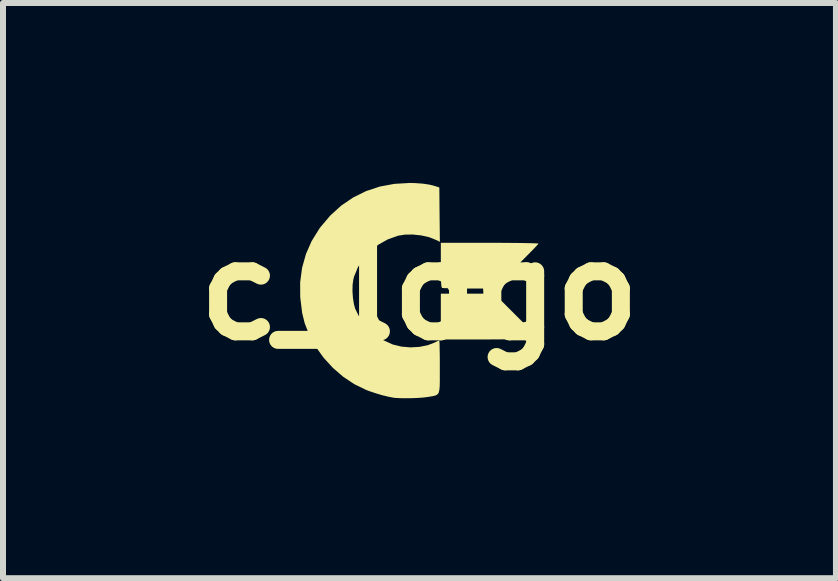
<source format=kicad_pcb>
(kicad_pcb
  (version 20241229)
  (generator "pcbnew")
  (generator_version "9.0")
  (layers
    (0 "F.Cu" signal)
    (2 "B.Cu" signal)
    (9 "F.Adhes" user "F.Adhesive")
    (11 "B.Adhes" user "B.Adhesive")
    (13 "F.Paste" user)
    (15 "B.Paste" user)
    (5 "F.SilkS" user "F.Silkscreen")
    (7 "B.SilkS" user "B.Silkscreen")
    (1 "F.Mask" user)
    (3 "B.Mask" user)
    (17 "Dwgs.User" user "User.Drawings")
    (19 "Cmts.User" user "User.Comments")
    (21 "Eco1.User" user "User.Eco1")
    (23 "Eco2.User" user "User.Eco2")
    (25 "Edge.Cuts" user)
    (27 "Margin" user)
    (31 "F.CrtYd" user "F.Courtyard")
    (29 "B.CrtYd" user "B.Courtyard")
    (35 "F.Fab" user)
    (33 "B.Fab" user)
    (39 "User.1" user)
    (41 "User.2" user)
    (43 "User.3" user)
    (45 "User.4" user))
  (footprint "c_logo"
    (layer "F.Cu")
    (at 3.943 1.795)
    (property "Reference" "c_logo" (at 0 0 0) (layer "F.SilkS") (effects (font (size 1.5 1.5) (thickness 0.3))))
    (attr board_only exclude_from_pos_files exclude_from_bom)
    (fp_poly (pts (xy 1.617 0.421) (xy 1.987 0.792) (xy 1.881 0.803) (xy 1.841 0.805) (xy 1.772 0.807) (xy 1.677 0.809) (xy 1.561 0.811) (xy 1.428 0.812) (xy 1.282 0.813) (xy 1.127 0.814) (xy 1.066 0.814) (xy 0.356 0.814) (xy 0.356 0.432) (xy 0.356 0.051) (xy 0.801 0.051) (xy 1.247 0.051)) (stroke (width 0) (type solid)) (fill yes) (layer "F.SilkS"))
    (fp_poly (pts (xy 1.332 -0.797) (xy 1.484 -0.796) (xy 1.622 -0.795) (xy 1.742 -0.793) (xy 1.842 -0.791) (xy 1.917 -0.789) (xy 1.966 -0.787) (xy 1.984 -0.784) (xy 1.984 -0.784) (xy 1.972 -0.769) (xy 1.94 -0.734) (xy 1.889 -0.68) (xy 1.822 -0.612) (xy 1.743 -0.532) (xy 1.655 -0.443) (xy 1.615 -0.403) (xy 1.246 -0.034) (xy 0.822 -0.035) (xy 0.705 -0.036) (xy 0.598 -0.037) (xy 0.507 -0.039) (xy 0.437 -0.041) (xy 0.392 -0.043) (xy 0.377 -0.045) (xy 0.37 -0.057) (xy 0.364 -0.087) (xy 0.36 -0.139) (xy 0.358 -0.216) (xy 0.356 -0.321) (xy 0.356 -0.425) (xy 0.356 -0.797) (xy 1.17 -0.797)) (stroke (width 0) (type solid)) (fill yes) (layer "F.SilkS"))
    (fp_poly (pts (xy -0.079 -1.793) (xy 0.052 -1.784) (xy 0.16 -1.768) (xy 0.229 -1.752) (xy 0.331 -1.72) (xy 0.335 -1.266) (xy 0.34 -0.813) (xy 0.276 -0.845) (xy 0.163 -0.89) (xy 0.032 -0.92) (xy -0.107 -0.935) (xy -0.241 -0.934) (xy -0.359 -0.915) (xy -0.359 -0.915) (xy -0.529 -0.854) (xy -0.684 -0.767) (xy -0.821 -0.658) (xy -0.937 -0.53) (xy -1.028 -0.387) (xy -1.091 -0.232) (xy -1.102 -0.189) (xy -1.115 -0.098) (xy -1.117 0.011) (xy -1.109 0.124) (xy -1.092 0.229) (xy -1.071 0.304) (xy -0.995 0.456) (xy -0.89 0.596) (xy -0.763 0.719) (xy -0.617 0.819) (xy -0.458 0.893) (xy -0.441 0.899) (xy -0.302 0.933) (xy -0.153 0.946) (xy -0.003 0.938) (xy 0.137 0.91) (xy 0.254 0.865) (xy 0.296 0.844) (xy 0.325 0.832) (xy 0.33 0.831) (xy 0.332 0.847) (xy 0.335 0.893) (xy 0.336 0.963) (xy 0.338 1.055) (xy 0.339 1.162) (xy 0.339 1.271) (xy 0.339 1.409) (xy 0.339 1.517) (xy 0.337 1.598) (xy 0.331 1.658) (xy 0.321 1.7) (xy 0.303 1.727) (xy 0.277 1.744) (xy 0.241 1.755) (xy 0.193 1.764) (xy 0.138 1.773) (xy 0.065 1.782) (xy -0.031 1.789) (xy -0.138 1.793) (xy -0.246 1.794) (xy -0.344 1.792) (xy -0.421 1.787) (xy -0.432 1.785) (xy -0.516 1.769) (xy -0.619 1.744) (xy -0.729 1.711) (xy -0.835 1.676) (xy -0.892 1.654) (xy -1.089 1.558) (xy -1.274 1.434) (xy -1.444 1.287) (xy -1.597 1.12) (xy -1.728 0.938) (xy -1.835 0.744) (xy -1.914 0.542) (xy -1.956 0.371) (xy -1.988 0.109) (xy -1.989 -0.141) (xy -1.957 -0.381) (xy -1.893 -0.609) (xy -1.798 -0.826) (xy -1.67 -1.032) (xy -1.649 -1.061) (xy -1.485 -1.254) (xy -1.304 -1.418) (xy -1.105 -1.553) (xy -0.891 -1.659) (xy -0.661 -1.735) (xy -0.418 -1.78) (xy -0.163 -1.795)) (stroke (width 0) (type solid)) (fill yes) (layer "F.SilkS")))
  (gr_rect
    (start -3 -3)
    (end 10.886 6.589)
    (stroke (width 0.1) (type default))
    (fill no)
    (layer "Edge.Cuts")))
</source>
